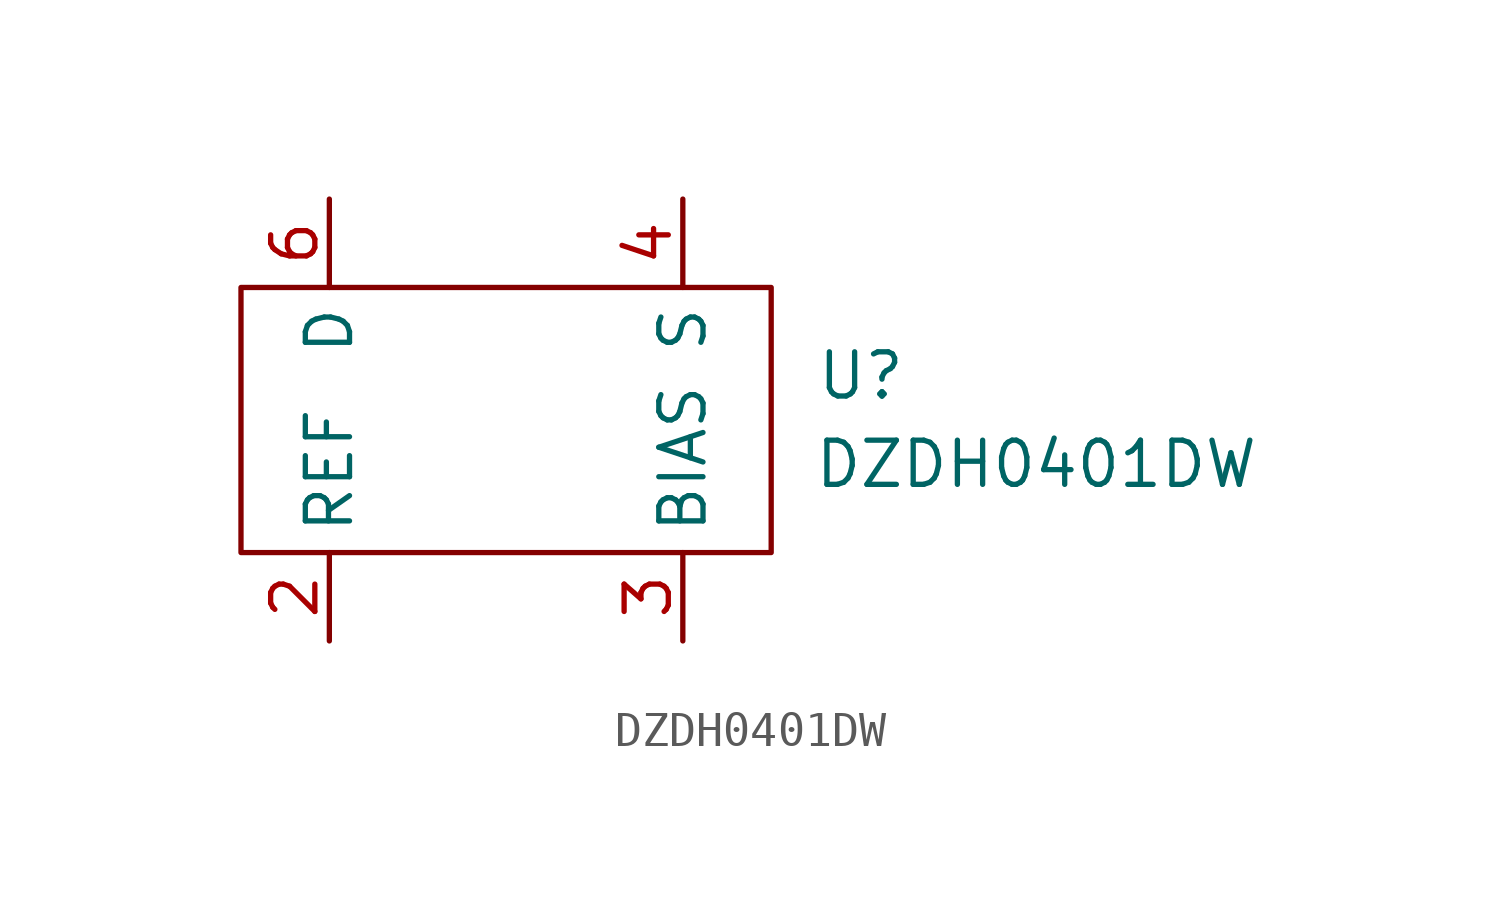
<source format=kicad_sym>
(kicad_symbol_lib
  (version 20220914)
  (generator kicad_symbol_editor)
  (symbol "DZDH0401DW"
    (property "Reference" "U"
      (at 8.89 -2.54 0)
      (effects (font (size 1.27 1.27)) (justify left)))
    (property "Value" "DZDH0401DW"
      (at 15.24 -5.08 0)
      (effects (font (size 1.27 1.27))))
    (symbol "DZDH0401DW_0_1"
      (rectangle (start -7.62 0) (end 7.62 -7.62) (stroke (width 0) (type default)) (fill (type none))))
    (symbol "DZDH0401DW_1_1"
      (pin input line (at -5.08 -10.16 90) (length 2.54) (name "REF" (effects (font (size 1.27 1.27)))) (number "2" (effects (font (size 1.27 1.27)))))
      (pin input line (at 5.08 -10.16 90) (length 2.54) (name "BIAS" (effects (font (size 1.27 1.27)))) (number "3" (effects (font (size 1.27 1.27)))))
      (pin input line (at 5.08 2.54 270) (length 2.54) (name "S" (effects (font (size 1.27 1.27)))) (number "4" (effects (font (size 1.27 1.27)))))
      (pin input line (at -5.08 2.54 270) (length 2.54) (name "D" (effects (font (size 1.27 1.27)))) (number "6" (effects (font (size 1.27 1.27))))))))
</source>
